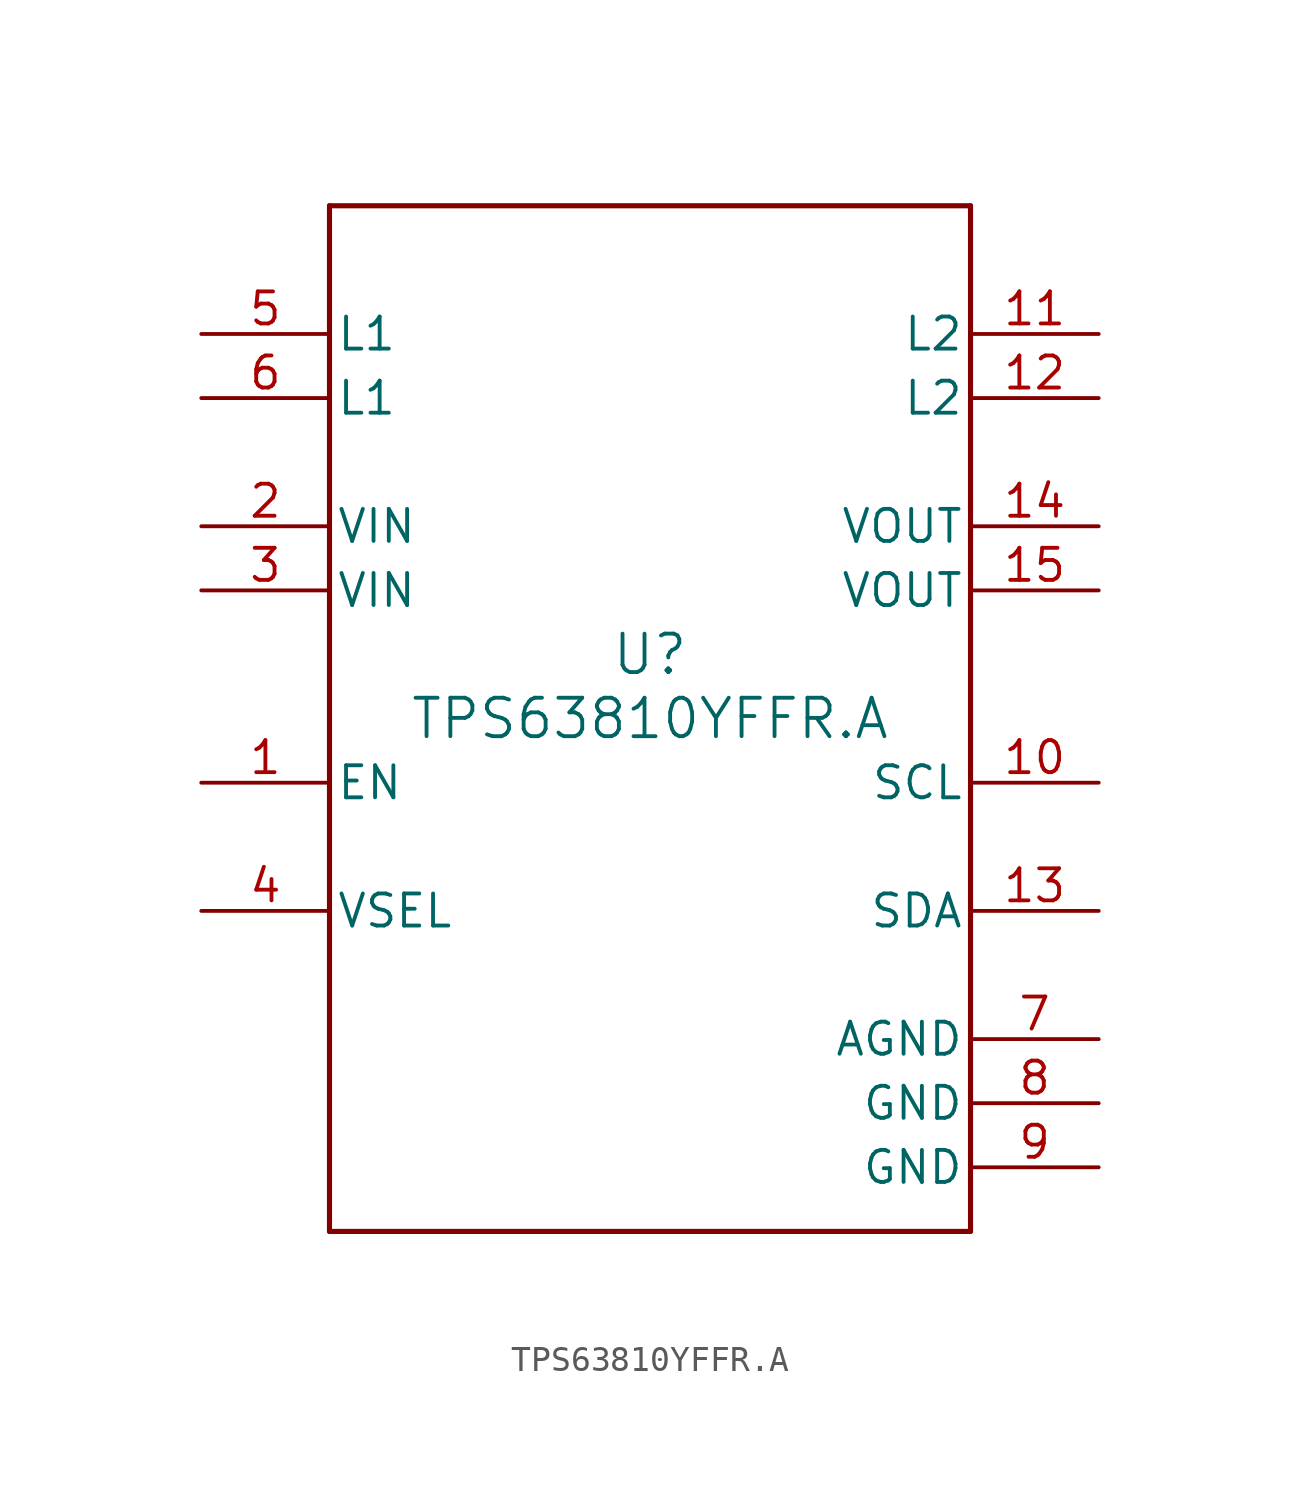
<source format=kicad_sym>
(kicad_symbol_lib
  (version 20211014)
  (generator kicad_symbol_editor)
  (symbol "TPS63810YFFR.A"
    (pin_names
      (offset 0.254))
    (property "Reference" "U"
      (at 0 2.54 0)
      (effects (font (size 1.524 1.524))))
    (property "Value" "TPS63810YFFR.A"
      (at 0 0 0)
      (effects (font (size 1.524 1.524))))
    (symbol "TPS63810YFFR.A_0_1"
      (polyline (pts (xy -12.7 -20.32) (xy 12.7 -20.32)) (stroke (width 0.203) (type default) (color 0 0 0 0)) (fill (type none)))
      (polyline (pts (xy 12.7 -20.32) (xy 12.7 20.32)) (stroke (width 0.203) (type default) (color 0 0 0 0)) (fill (type none)))
      (polyline (pts (xy 12.7 20.32) (xy -12.7 20.32)) (stroke (width 0.203) (type default) (color 0 0 0 0)) (fill (type none)))
      (polyline (pts (xy -12.7 20.32) (xy -12.7 -20.32)) (stroke (width 0.203) (type default) (color 0 0 0 0)) (fill (type none)))
      (pin input line (at -17.78 -2.54 0) (length 5.08) (name "EN" (effects (font (size 1.27 1.27)))) (number "1" (effects (font (size 1.27 1.27)))))
      (pin power_in line (at -17.78 7.62 0) (length 5.08) (name "VIN" (effects (font (size 1.27 1.27)))) (number "2" (effects (font (size 1.27 1.27)))))
      (pin power_in line (at -17.78 5.08 0) (length 5.08) (name "VIN" (effects (font (size 1.27 1.27)))) (number "3" (effects (font (size 1.27 1.27)))))
      (pin input line (at -17.78 -7.62 0) (length 5.08) (name "VSEL" (effects (font (size 1.27 1.27)))) (number "4" (effects (font (size 1.27 1.27)))))
      (pin unspecified line (at -17.78 15.24 0) (length 5.08) (name "L1" (effects (font (size 1.27 1.27)))) (number "5" (effects (font (size 1.27 1.27)))))
      (pin unspecified line (at -17.78 12.7 0) (length 5.08) (name "L1" (effects (font (size 1.27 1.27)))) (number "6" (effects (font (size 1.27 1.27)))))
      (pin power_in line (at 17.78 -12.7 180) (length 5.08) (name "AGND" (effects (font (size 1.27 1.27)))) (number "7" (effects (font (size 1.27 1.27)))))
      (pin power_in line (at 17.78 -15.24 180) (length 5.08) (name "GND" (effects (font (size 1.27 1.27)))) (number "8" (effects (font (size 1.27 1.27)))))
      (pin power_in line (at 17.78 -17.78 180) (length 5.08) (name "GND" (effects (font (size 1.27 1.27)))) (number "9" (effects (font (size 1.27 1.27)))))
      (pin bidirectional line (at 17.78 -2.54 180) (length 5.08) (name "SCL" (effects (font (size 1.27 1.27)))) (number "10" (effects (font (size 1.27 1.27)))))
      (pin unspecified line (at 17.78 15.24 180) (length 5.08) (name "L2" (effects (font (size 1.27 1.27)))) (number "11" (effects (font (size 1.27 1.27)))))
      (pin unspecified line (at 17.78 12.7 180) (length 5.08) (name "L2" (effects (font (size 1.27 1.27)))) (number "12" (effects (font (size 1.27 1.27)))))
      (pin bidirectional line (at 17.78 -7.62 180) (length 5.08) (name "SDA" (effects (font (size 1.27 1.27)))) (number "13" (effects (font (size 1.27 1.27)))))
      (pin power_in line (at 17.78 7.62 180) (length 5.08) (name "VOUT" (effects (font (size 1.27 1.27)))) (number "14" (effects (font (size 1.27 1.27)))))
      (pin power_in line (at 17.78 5.08 180) (length 5.08) (name "VOUT" (effects (font (size 1.27 1.27)))) (number "15" (effects (font (size 1.27 1.27))))))))
</source>
